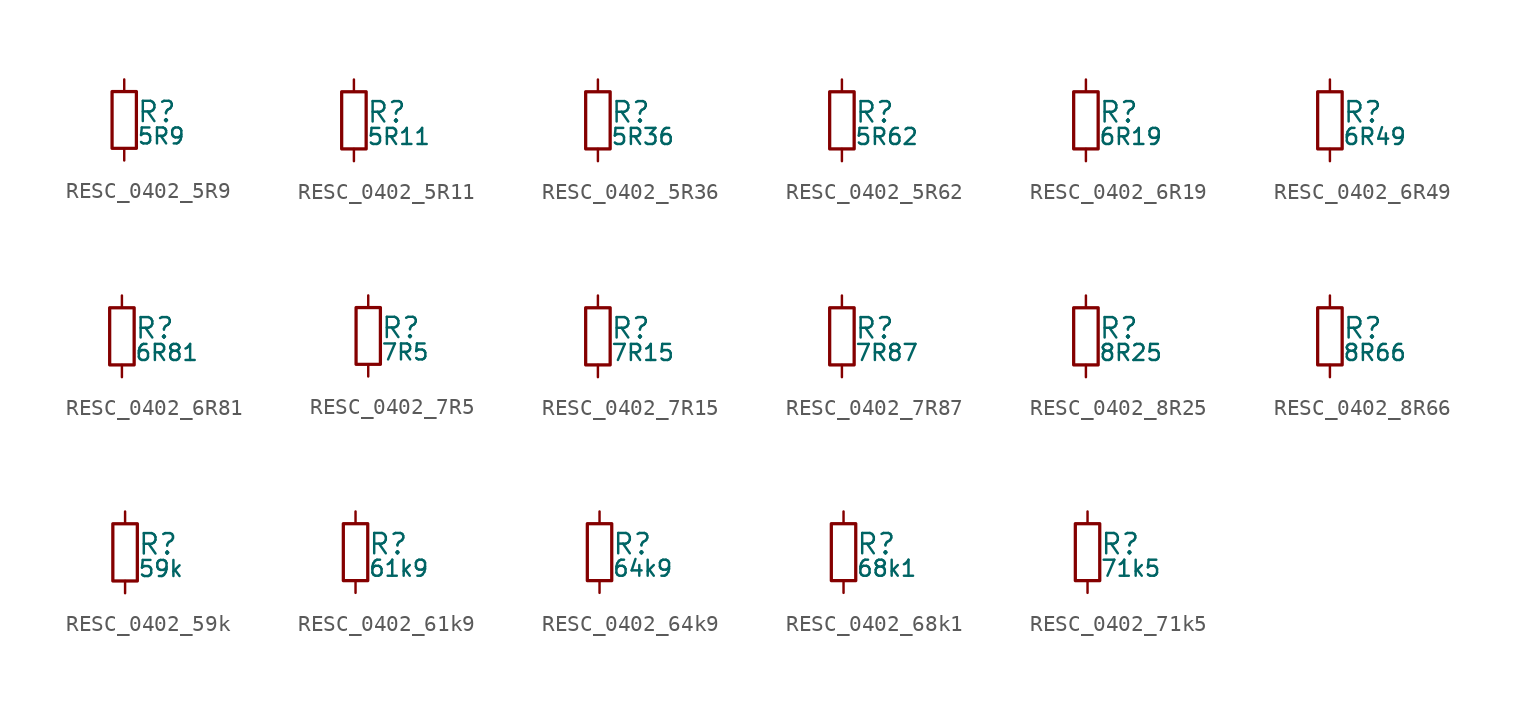
<source format=kicad_sym>
(kicad_symbol_lib
  (version 20211014)
  (generator kicad_LibGenerator)
  (symbol "RESC_0402_5R9"
    (pin_numbers hide)
    (pin_names
      (offset 0.254) hide)
    (property "Reference" "R"
      (at 0.762 0.508 0)
      (effects (font (size 1.27 1.27)) (justify left)))
    (property "Value" "5R9"
      (at 0.762 -1.016 0)
      (effects (font (size 1.00 1.00)) (justify left)))
    (symbol "RESC_0402_5R9_0_1"
      (rectangle (start -0.762 1.778) (end 0.762 -1.778) (stroke (width 0.203) (type default) (color 0 0 0 0)) (fill (type none))))
    (symbol "RESC_0402_5R9_1_1"
      (pin passive line (at 0 2.54 270) (length 0.762) (name "~" (effects (font (size 1.27 1.27)))) (number "1" (effects (font (size 1.27 1.27)))))
      (pin passive line (at 0 -2.54 90) (length 0.762) (name "~" (effects (font (size 1.27 1.27)))) (number "2" (effects (font (size 1.27 1.27)))))))
  (symbol "RESC_0402_5R11"
    (pin_numbers hide)
    (pin_names
      (offset 0.254) hide)
    (property "Reference" "R"
      (at 0.762 0.508 0)
      (effects (font (size 1.27 1.27)) (justify left)))
    (property "Value" "5R11"
      (at 0.762 -1.016 0)
      (effects (font (size 1.00 1.00)) (justify left)))
    (symbol "RESC_0402_5R11_0_1"
      (rectangle (start -0.762 1.778) (end 0.762 -1.778) (stroke (width 0.203) (type default) (color 0 0 0 0)) (fill (type none))))
    (symbol "RESC_0402_5R11_1_1"
      (pin passive line (at 0 2.54 270) (length 0.762) (name "~" (effects (font (size 1.27 1.27)))) (number "1" (effects (font (size 1.27 1.27)))))
      (pin passive line (at 0 -2.54 90) (length 0.762) (name "~" (effects (font (size 1.27 1.27)))) (number "2" (effects (font (size 1.27 1.27)))))))
  (symbol "RESC_0402_5R36"
    (pin_numbers hide)
    (pin_names
      (offset 0.254) hide)
    (property "Reference" "R"
      (at 0.762 0.508 0)
      (effects (font (size 1.27 1.27)) (justify left)))
    (property "Value" "5R36"
      (at 0.762 -1.016 0)
      (effects (font (size 1.00 1.00)) (justify left)))
    (symbol "RESC_0402_5R36_0_1"
      (rectangle (start -0.762 1.778) (end 0.762 -1.778) (stroke (width 0.203) (type default) (color 0 0 0 0)) (fill (type none))))
    (symbol "RESC_0402_5R36_1_1"
      (pin passive line (at 0 2.54 270) (length 0.762) (name "~" (effects (font (size 1.27 1.27)))) (number "1" (effects (font (size 1.27 1.27)))))
      (pin passive line (at 0 -2.54 90) (length 0.762) (name "~" (effects (font (size 1.27 1.27)))) (number "2" (effects (font (size 1.27 1.27)))))))
  (symbol "RESC_0402_5R62"
    (pin_numbers hide)
    (pin_names
      (offset 0.254) hide)
    (property "Reference" "R"
      (at 0.762 0.508 0)
      (effects (font (size 1.27 1.27)) (justify left)))
    (property "Value" "5R62"
      (at 0.762 -1.016 0)
      (effects (font (size 1.00 1.00)) (justify left)))
    (symbol "RESC_0402_5R62_0_1"
      (rectangle (start -0.762 1.778) (end 0.762 -1.778) (stroke (width 0.203) (type default) (color 0 0 0 0)) (fill (type none))))
    (symbol "RESC_0402_5R62_1_1"
      (pin passive line (at 0 2.54 270) (length 0.762) (name "~" (effects (font (size 1.27 1.27)))) (number "1" (effects (font (size 1.27 1.27)))))
      (pin passive line (at 0 -2.54 90) (length 0.762) (name "~" (effects (font (size 1.27 1.27)))) (number "2" (effects (font (size 1.27 1.27)))))))
  (symbol "RESC_0402_6R19"
    (pin_numbers hide)
    (pin_names
      (offset 0.254) hide)
    (property "Reference" "R"
      (at 0.762 0.508 0)
      (effects (font (size 1.27 1.27)) (justify left)))
    (property "Value" "6R19"
      (at 0.762 -1.016 0)
      (effects (font (size 1.00 1.00)) (justify left)))
    (symbol "RESC_0402_6R19_0_1"
      (rectangle (start -0.762 1.778) (end 0.762 -1.778) (stroke (width 0.203) (type default) (color 0 0 0 0)) (fill (type none))))
    (symbol "RESC_0402_6R19_1_1"
      (pin passive line (at 0 2.54 270) (length 0.762) (name "~" (effects (font (size 1.27 1.27)))) (number "1" (effects (font (size 1.27 1.27)))))
      (pin passive line (at 0 -2.54 90) (length 0.762) (name "~" (effects (font (size 1.27 1.27)))) (number "2" (effects (font (size 1.27 1.27)))))))
  (symbol "RESC_0402_6R49"
    (pin_numbers hide)
    (pin_names
      (offset 0.254) hide)
    (property "Reference" "R"
      (at 0.762 0.508 0)
      (effects (font (size 1.27 1.27)) (justify left)))
    (property "Value" "6R49"
      (at 0.762 -1.016 0)
      (effects (font (size 1.00 1.00)) (justify left)))
    (symbol "RESC_0402_6R49_0_1"
      (rectangle (start -0.762 1.778) (end 0.762 -1.778) (stroke (width 0.203) (type default) (color 0 0 0 0)) (fill (type none))))
    (symbol "RESC_0402_6R49_1_1"
      (pin passive line (at 0 2.54 270) (length 0.762) (name "~" (effects (font (size 1.27 1.27)))) (number "1" (effects (font (size 1.27 1.27)))))
      (pin passive line (at 0 -2.54 90) (length 0.762) (name "~" (effects (font (size 1.27 1.27)))) (number "2" (effects (font (size 1.27 1.27)))))))
  (symbol "RESC_0402_6R81"
    (pin_numbers hide)
    (pin_names
      (offset 0.254) hide)
    (property "Reference" "R"
      (at 0.762 0.508 0)
      (effects (font (size 1.27 1.27)) (justify left)))
    (property "Value" "6R81"
      (at 0.762 -1.016 0)
      (effects (font (size 1.00 1.00)) (justify left)))
    (symbol "RESC_0402_6R81_0_1"
      (rectangle (start -0.762 1.778) (end 0.762 -1.778) (stroke (width 0.203) (type default) (color 0 0 0 0)) (fill (type none))))
    (symbol "RESC_0402_6R81_1_1"
      (pin passive line (at 0 2.54 270) (length 0.762) (name "~" (effects (font (size 1.27 1.27)))) (number "1" (effects (font (size 1.27 1.27)))))
      (pin passive line (at 0 -2.54 90) (length 0.762) (name "~" (effects (font (size 1.27 1.27)))) (number "2" (effects (font (size 1.27 1.27)))))))
  (symbol "RESC_0402_7R5"
    (pin_numbers hide)
    (pin_names
      (offset 0.254) hide)
    (property "Reference" "R"
      (at 0.762 0.508 0)
      (effects (font (size 1.27 1.27)) (justify left)))
    (property "Value" "7R5"
      (at 0.762 -1.016 0)
      (effects (font (size 1.00 1.00)) (justify left)))
    (symbol "RESC_0402_7R5_0_1"
      (rectangle (start -0.762 1.778) (end 0.762 -1.778) (stroke (width 0.203) (type default) (color 0 0 0 0)) (fill (type none))))
    (symbol "RESC_0402_7R5_1_1"
      (pin passive line (at 0 2.54 270) (length 0.762) (name "~" (effects (font (size 1.27 1.27)))) (number "1" (effects (font (size 1.27 1.27)))))
      (pin passive line (at 0 -2.54 90) (length 0.762) (name "~" (effects (font (size 1.27 1.27)))) (number "2" (effects (font (size 1.27 1.27)))))))
  (symbol "RESC_0402_7R15"
    (pin_numbers hide)
    (pin_names
      (offset 0.254) hide)
    (property "Reference" "R"
      (at 0.762 0.508 0)
      (effects (font (size 1.27 1.27)) (justify left)))
    (property "Value" "7R15"
      (at 0.762 -1.016 0)
      (effects (font (size 1.00 1.00)) (justify left)))
    (symbol "RESC_0402_7R15_0_1"
      (rectangle (start -0.762 1.778) (end 0.762 -1.778) (stroke (width 0.203) (type default) (color 0 0 0 0)) (fill (type none))))
    (symbol "RESC_0402_7R15_1_1"
      (pin passive line (at 0 2.54 270) (length 0.762) (name "~" (effects (font (size 1.27 1.27)))) (number "1" (effects (font (size 1.27 1.27)))))
      (pin passive line (at 0 -2.54 90) (length 0.762) (name "~" (effects (font (size 1.27 1.27)))) (number "2" (effects (font (size 1.27 1.27)))))))
  (symbol "RESC_0402_7R87"
    (pin_numbers hide)
    (pin_names
      (offset 0.254) hide)
    (property "Reference" "R"
      (at 0.762 0.508 0)
      (effects (font (size 1.27 1.27)) (justify left)))
    (property "Value" "7R87"
      (at 0.762 -1.016 0)
      (effects (font (size 1.00 1.00)) (justify left)))
    (symbol "RESC_0402_7R87_0_1"
      (rectangle (start -0.762 1.778) (end 0.762 -1.778) (stroke (width 0.203) (type default) (color 0 0 0 0)) (fill (type none))))
    (symbol "RESC_0402_7R87_1_1"
      (pin passive line (at 0 2.54 270) (length 0.762) (name "~" (effects (font (size 1.27 1.27)))) (number "1" (effects (font (size 1.27 1.27)))))
      (pin passive line (at 0 -2.54 90) (length 0.762) (name "~" (effects (font (size 1.27 1.27)))) (number "2" (effects (font (size 1.27 1.27)))))))
  (symbol "RESC_0402_8R25"
    (pin_numbers hide)
    (pin_names
      (offset 0.254) hide)
    (property "Reference" "R"
      (at 0.762 0.508 0)
      (effects (font (size 1.27 1.27)) (justify left)))
    (property "Value" "8R25"
      (at 0.762 -1.016 0)
      (effects (font (size 1.00 1.00)) (justify left)))
    (symbol "RESC_0402_8R25_0_1"
      (rectangle (start -0.762 1.778) (end 0.762 -1.778) (stroke (width 0.203) (type default) (color 0 0 0 0)) (fill (type none))))
    (symbol "RESC_0402_8R25_1_1"
      (pin passive line (at 0 2.54 270) (length 0.762) (name "~" (effects (font (size 1.27 1.27)))) (number "1" (effects (font (size 1.27 1.27)))))
      (pin passive line (at 0 -2.54 90) (length 0.762) (name "~" (effects (font (size 1.27 1.27)))) (number "2" (effects (font (size 1.27 1.27)))))))
  (symbol "RESC_0402_8R66"
    (pin_numbers hide)
    (pin_names
      (offset 0.254) hide)
    (property "Reference" "R"
      (at 0.762 0.508 0)
      (effects (font (size 1.27 1.27)) (justify left)))
    (property "Value" "8R66"
      (at 0.762 -1.016 0)
      (effects (font (size 1.00 1.00)) (justify left)))
    (symbol "RESC_0402_8R66_0_1"
      (rectangle (start -0.762 1.778) (end 0.762 -1.778) (stroke (width 0.203) (type default) (color 0 0 0 0)) (fill (type none))))
    (symbol "RESC_0402_8R66_1_1"
      (pin passive line (at 0 2.54 270) (length 0.762) (name "~" (effects (font (size 1.27 1.27)))) (number "1" (effects (font (size 1.27 1.27)))))
      (pin passive line (at 0 -2.54 90) (length 0.762) (name "~" (effects (font (size 1.27 1.27)))) (number "2" (effects (font (size 1.27 1.27)))))))
  (symbol "RESC_0402_59k"
    (pin_numbers hide)
    (pin_names
      (offset 0.254) hide)
    (property "Reference" "R"
      (at 0.762 0.508 0)
      (effects (font (size 1.27 1.27)) (justify left)))
    (property "Value" "59k"
      (at 0.762 -1.016 0)
      (effects (font (size 1.00 1.00)) (justify left)))
    (symbol "RESC_0402_59k_0_1"
      (rectangle (start -0.762 1.778) (end 0.762 -1.778) (stroke (width 0.203) (type default) (color 0 0 0 0)) (fill (type none))))
    (symbol "RESC_0402_59k_1_1"
      (pin passive line (at 0 2.54 270) (length 0.762) (name "~" (effects (font (size 1.27 1.27)))) (number "1" (effects (font (size 1.27 1.27)))))
      (pin passive line (at 0 -2.54 90) (length 0.762) (name "~" (effects (font (size 1.27 1.27)))) (number "2" (effects (font (size 1.27 1.27)))))))
  (symbol "RESC_0402_61k9"
    (pin_numbers hide)
    (pin_names
      (offset 0.254) hide)
    (property "Reference" "R"
      (at 0.762 0.508 0)
      (effects (font (size 1.27 1.27)) (justify left)))
    (property "Value" "61k9"
      (at 0.762 -1.016 0)
      (effects (font (size 1.00 1.00)) (justify left)))
    (symbol "RESC_0402_61k9_0_1"
      (rectangle (start -0.762 1.778) (end 0.762 -1.778) (stroke (width 0.203) (type default) (color 0 0 0 0)) (fill (type none))))
    (symbol "RESC_0402_61k9_1_1"
      (pin passive line (at 0 2.54 270) (length 0.762) (name "~" (effects (font (size 1.27 1.27)))) (number "1" (effects (font (size 1.27 1.27)))))
      (pin passive line (at 0 -2.54 90) (length 0.762) (name "~" (effects (font (size 1.27 1.27)))) (number "2" (effects (font (size 1.27 1.27)))))))
  (symbol "RESC_0402_64k9"
    (pin_numbers hide)
    (pin_names
      (offset 0.254) hide)
    (property "Reference" "R"
      (at 0.762 0.508 0)
      (effects (font (size 1.27 1.27)) (justify left)))
    (property "Value" "64k9"
      (at 0.762 -1.016 0)
      (effects (font (size 1.00 1.00)) (justify left)))
    (symbol "RESC_0402_64k9_0_1"
      (rectangle (start -0.762 1.778) (end 0.762 -1.778) (stroke (width 0.203) (type default) (color 0 0 0 0)) (fill (type none))))
    (symbol "RESC_0402_64k9_1_1"
      (pin passive line (at 0 2.54 270) (length 0.762) (name "~" (effects (font (size 1.27 1.27)))) (number "1" (effects (font (size 1.27 1.27)))))
      (pin passive line (at 0 -2.54 90) (length 0.762) (name "~" (effects (font (size 1.27 1.27)))) (number "2" (effects (font (size 1.27 1.27)))))))
  (symbol "RESC_0402_68k1"
    (pin_numbers hide)
    (pin_names
      (offset 0.254) hide)
    (property "Reference" "R"
      (at 0.762 0.508 0)
      (effects (font (size 1.27 1.27)) (justify left)))
    (property "Value" "68k1"
      (at 0.762 -1.016 0)
      (effects (font (size 1.00 1.00)) (justify left)))
    (symbol "RESC_0402_68k1_0_1"
      (rectangle (start -0.762 1.778) (end 0.762 -1.778) (stroke (width 0.203) (type default) (color 0 0 0 0)) (fill (type none))))
    (symbol "RESC_0402_68k1_1_1"
      (pin passive line (at 0 2.54 270) (length 0.762) (name "~" (effects (font (size 1.27 1.27)))) (number "1" (effects (font (size 1.27 1.27)))))
      (pin passive line (at 0 -2.54 90) (length 0.762) (name "~" (effects (font (size 1.27 1.27)))) (number "2" (effects (font (size 1.27 1.27)))))))
  (symbol "RESC_0402_71k5"
    (pin_numbers hide)
    (pin_names
      (offset 0.254) hide)
    (property "Reference" "R"
      (at 0.762 0.508 0)
      (effects (font (size 1.27 1.27)) (justify left)))
    (property "Value" "71k5"
      (at 0.762 -1.016 0)
      (effects (font (size 1.00 1.00)) (justify left)))
    (symbol "RESC_0402_71k5_0_1"
      (rectangle (start -0.762 1.778) (end 0.762 -1.778) (stroke (width 0.203) (type default) (color 0 0 0 0)) (fill (type none))))
    (symbol "RESC_0402_71k5_1_1"
      (pin passive line (at 0 2.54 270) (length 0.762) (name "~" (effects (font (size 1.27 1.27)))) (number "1" (effects (font (size 1.27 1.27)))))
      (pin passive line (at 0 -2.54 90) (length 0.762) (name "~" (effects (font (size 1.27 1.27)))) (number "2" (effects (font (size 1.27 1.27))))))))
</source>
